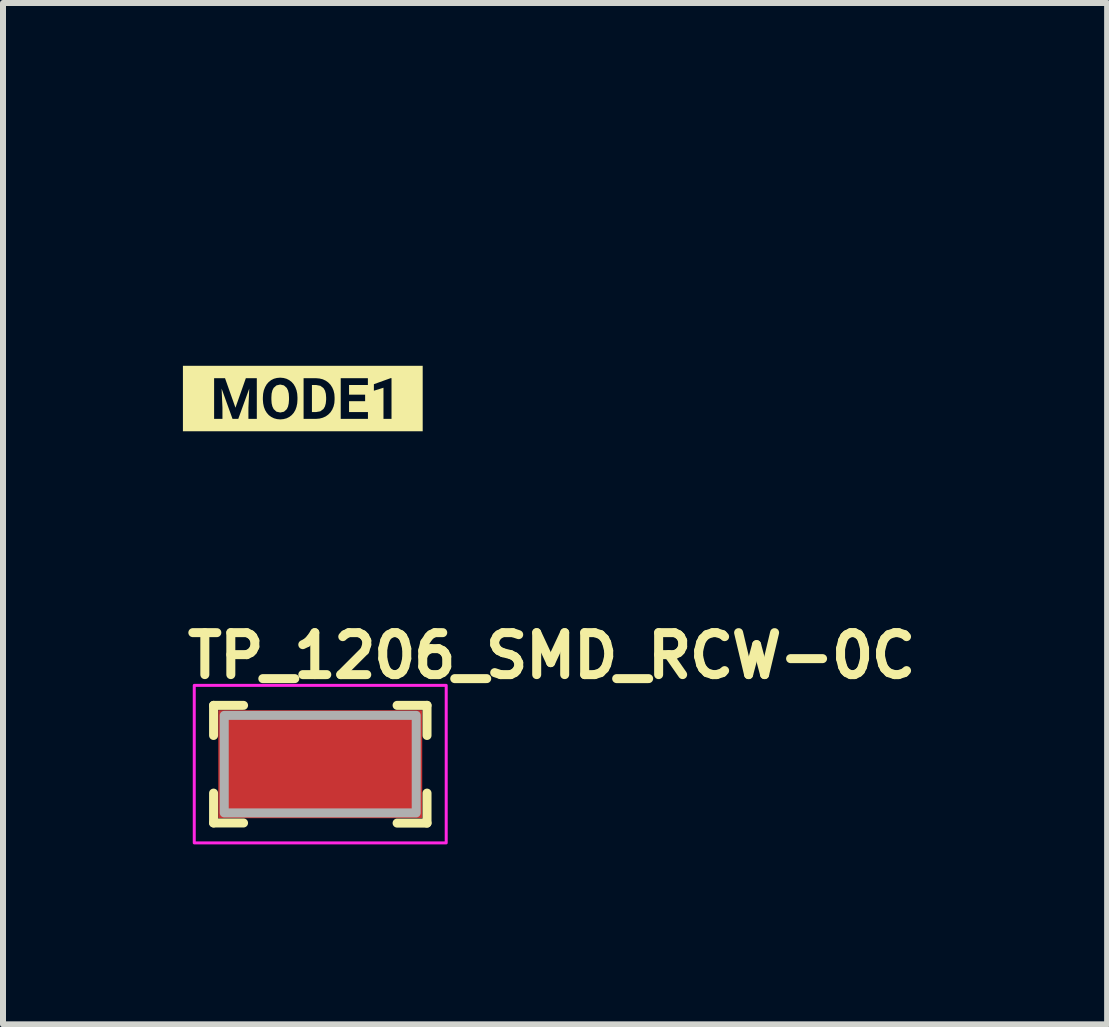
<source format=kicad_pcb>
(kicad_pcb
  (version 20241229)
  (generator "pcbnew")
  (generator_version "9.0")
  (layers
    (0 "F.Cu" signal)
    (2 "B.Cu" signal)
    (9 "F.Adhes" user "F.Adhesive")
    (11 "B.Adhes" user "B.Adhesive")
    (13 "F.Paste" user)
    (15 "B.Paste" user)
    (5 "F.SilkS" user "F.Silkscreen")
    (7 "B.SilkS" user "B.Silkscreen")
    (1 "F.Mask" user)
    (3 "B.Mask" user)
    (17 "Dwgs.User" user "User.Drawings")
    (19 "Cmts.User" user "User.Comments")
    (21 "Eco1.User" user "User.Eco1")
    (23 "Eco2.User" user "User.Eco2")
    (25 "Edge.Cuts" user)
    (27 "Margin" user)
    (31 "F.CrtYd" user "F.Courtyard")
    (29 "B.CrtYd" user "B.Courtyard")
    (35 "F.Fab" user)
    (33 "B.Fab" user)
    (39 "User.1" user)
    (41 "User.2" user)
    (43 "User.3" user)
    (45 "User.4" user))
  (footprint "kibuzzard-64060195"
    (layer "F.Cu")
    (at 1.999 3.595)
    (property "Reference" "kibuzzard-64060195" (at 0 -3.594 0) (layer "F.SilkS") (effects (font (size 0.001 0.001) (thickness 0.15))))
    (attr board_only exclude_from_pos_files exclude_from_bom)
    (fp_poly (pts (xy 0.152 -0.226) (xy 0.152 0.226) (xy 0.22 0.226) (xy 0.292 0.213) (xy 0.345 0.173) (xy 0.369 0.132) (xy 0.383 0.081) (xy 0.389 0.02) (xy 0.389 -0.016) (xy 0.384 -0.079) (xy 0.37 -0.131) (xy 0.346 -0.172) (xy 0.293 -0.212) (xy 0.221 -0.226) (xy 0.152 -0.226)) (stroke (width 0) (type solid)) (fill yes) (layer "F.SilkS"))
    (fp_poly (pts (xy -0.23 -0.015) (xy -0.234 -0.081) (xy -0.247 -0.135) (xy -0.268 -0.177) (xy -0.315 -0.219) (xy -0.377 -0.233) (xy -0.439 -0.219) (xy -0.486 -0.178) (xy -0.507 -0.136) (xy -0.52 -0.082) (xy -0.524 -0.018) (xy -0.524 0.015) (xy -0.52 0.079) (xy -0.507 0.133) (xy -0.486 0.176) (xy -0.44 0.219) (xy -0.376 0.233) (xy -0.314 0.22) (xy -0.268 0.178) (xy -0.247 0.136) (xy -0.235 0.082) (xy -0.23 0.018) (xy -0.23 -0.015)) (stroke (width 0) (type solid)) (fill yes) (layer "F.SilkS"))
    (fp_poly (pts (xy -1.801 -0.546) (xy -1.999 -0.546) (xy -1.999 0.546) (xy -1.801 0.546) (xy -0.767 0.546) (xy -0.767 0.339) (xy -0.907 0.339) (xy -0.907 0.153) (xy -0.893 -0.166) (xy -1.076 0.339) (xy -1.172 0.339) (xy -1.354 -0.166) (xy -1.34 0.153) (xy -1.34 0.339) (xy -1.479 0.339) (xy -1.479 -0.339) (xy -1.297 -0.339) (xy -1.123 0.153) (xy -0.95 -0.339) (xy -0.767 -0.339) (xy -0.767 0.339) (xy -0.767 0.546) (xy -0.376 0.546) (xy -0.376 0.348) (xy -0.43 0.343) (xy -0.48 0.33) (xy -0.526 0.307) (xy -0.567 0.277) (xy -0.601 0.238) (xy -0.629 0.192) (xy -0.649 0.139) (xy -0.661 0.082) (xy -0.666 0.019) (xy -0.666 -0.014) (xy -0.662 -0.078) (xy -0.65 -0.137) (xy -0.629 -0.19) (xy -0.602 -0.237) (xy -0.568 -0.276) (xy -0.528 -0.307) (xy -0.482 -0.33) (xy -0.432 -0.343) (xy -0.377 -0.348) (xy -0.323 -0.343) (xy -0.273 -0.33) (xy -0.227 -0.307) (xy -0.186 -0.276) (xy -0.152 -0.237) (xy -0.125 -0.19) (xy -0.105 -0.137) (xy -0.093 -0.079) (xy -0.089 -0.015) (xy -0.089 0.015) (xy -0.093 0.079) (xy -0.105 0.138) (xy -0.124 0.191) (xy -0.151 0.237) (xy -0.185 0.276) (xy -0.225 0.307) (xy -0.271 0.33) (xy -0.322 0.343) (xy -0.376 0.348) (xy -0.376 0.546) (xy 0.013 0.546) (xy 0.013 0.339) (xy 0.013 -0.339) (xy 0.221 -0.339) (xy 0.278 -0.334) (xy 0.332 -0.321) (xy 0.381 -0.298) (xy 0.424 -0.268) (xy 0.461 -0.23) (xy 0.491 -0.184) (xy 0.513 -0.132) (xy 0.526 -0.076) (xy 0.53 -0.015) (xy 0.53 0.016) (xy 0.526 0.076) (xy 0.513 0.132) (xy 0.491 0.184) (xy 0.462 0.229) (xy 0.425 0.267) (xy 0.382 0.298) (xy 0.333 0.32) (xy 0.28 0.334) (xy 0.222 0.339) (xy 0.013 0.339) (xy 0.013 0.546) (xy 1.086 0.546) (xy 1.086 0.339) (xy 0.632 0.339) (xy 0.632 -0.339) (xy 1.085 -0.339) (xy 1.085 -0.226) (xy 0.771 -0.226) (xy 0.771 -0.064) (xy 1.039 -0.064) (xy 1.039 0.045) (xy 0.771 0.045) (xy 0.771 0.226) (xy 1.086 0.226) (xy 1.086 0.339) (xy 1.086 0.546) (xy 1.479 0.546) (xy 1.479 0.339) (xy 1.345 0.339) (xy 1.345 -0.18) (xy 1.185 -0.13) (xy 1.185 -0.239) (xy 1.465 -0.34) (xy 1.479 -0.34) (xy 1.479 0.339) (xy 1.479 0.546) (xy 1.801 0.546) (xy 1.999 0.546) (xy 1.999 -0.546) (xy 1.801 -0.546) (xy -1.801 -0.546)) (stroke (width 0) (type solid)) (fill yes) (layer "F.SilkS")))
  (footprint "TP_1206_SMD_RCW-0C"
    (layer "F.Cu")
    (at 2.29 9.692)
    (property "Reference" "TP_1206_SMD_RCW-0C" (at -2.29 -1.4 0) (layer "F.SilkS") (effects (font (size 0.7 0.7) (thickness 0.15)) (justify left bottom)))
    (attr smd)
    (fp_line (start -1.779 -0.981) (end -1.779 -0.479) (stroke (width 0.15) (type solid)) (layer "F.SilkS"))
    (fp_line (start -1.779 -0.981) (end -1.279 -0.981) (stroke (width 0.15) (type solid)) (layer "F.SilkS"))
    (fp_line (start -1.779 0.482) (end -1.779 0.98) (stroke (width 0.15) (type solid)) (layer "F.SilkS"))
    (fp_line (start -1.779 0.98) (end -1.279 0.98) (stroke (width 0.15) (type solid)) (layer "F.SilkS"))
    (fp_line (start 1.78 -0.981) (end 1.281 -0.981) (stroke (width 0.15) (type solid)) (layer "F.SilkS"))
    (fp_line (start 1.78 -0.981) (end 1.78 -0.479) (stroke (width 0.15) (type solid)) (layer "F.SilkS"))
    (fp_line (start 1.78 0.982) (end 1.281 0.982) (stroke (width 0.15) (type solid)) (layer "F.SilkS"))
    (fp_line (start 1.78 0.982) (end 1.78 0.482) (stroke (width 0.15) (type solid)) (layer "F.SilkS"))
    (fp_rect (start -2.101 -1.314) (end 2.1 1.312) (stroke (width 0.05) (type solid)) (fill no) (layer "F.CrtYd"))
    (fp_rect (start -1.601 -0.814) (end 1.6 0.812) (stroke (width 0.15) (type solid)) (fill no) (layer "F.Fab"))
    (fp_rect (start -1.601 -0.814) (end 1.6 0.812) (stroke (width 0.1) (type solid)) (fill no) (layer "User.5"))
    (fp_line (start -1.601 -0.79) (end -1.601 -0.587) (stroke (width 0.02) (type solid)) (layer "User.9"))
    (fp_line (start -1.601 -0.79) (end -1.371 -0.79) (stroke (width 0.02) (type solid)) (layer "User.9"))
    (fp_line (start -1.601 -0.29) (end -1.601 -0.587) (stroke (width 0.02) (type solid)) (layer "User.9"))
    (fp_line (start -1.601 -0.29) (end -1.601 0.508) (stroke (width 0.02) (type solid)) (layer "User.9"))
    (fp_line (start -1.601 0.508) (end -1.301 0.76) (stroke (width 0.02) (type solid)) (layer "User.9"))
    (fp_line (start -1.601 0.61) (end -1.601 0.508) (stroke (width 0.02) (type solid)) (layer "User.9"))
    (fp_line (start -1.601 0.812) (end -1.601 0.61) (stroke (width 0.02) (type solid)) (layer "User.9"))
    (fp_line (start -1.601 0.812) (end -1.371 0.812) (stroke (width 0.02) (type solid)) (layer "User.9"))
    (fp_line (start -1.551 -0.587) (end -1.601 -0.587) (stroke (width 0.02) (type solid)) (layer "User.9"))
    (fp_line (start -1.551 0.61) (end -1.601 0.61) (stroke (width 0.02) (type solid)) (layer "User.9"))
    (fp_line (start -1.48 0.61) (end -1.551 0.61) (stroke (width 0.02) (type solid)) (layer "User.9"))
    (fp_line (start -1.371 -0.79) (end -1.371 -0.587) (stroke (width 0.02) (type solid)) (layer "User.9"))
    (fp_line (start -1.371 0.812) (end -1.371 0.703) (stroke (width 0.02) (type solid)) (layer "User.9"))
    (fp_line (start -1.301 -0.814) (end -1.301 -0.587) (stroke (width 0.02) (type solid)) (layer "User.9"))
    (fp_line (start -1.301 -0.814) (end 1.3 -0.814) (stroke (width 0.02) (type solid)) (layer "User.9"))
    (fp_line (start -1.301 -0.79) (end -1.371 -0.79) (stroke (width 0.02) (type solid)) (layer "User.9"))
    (fp_line (start -1.301 -0.587) (end -1.551 -0.587) (stroke (width 0.02) (type solid)) (layer "User.9"))
    (fp_line (start -1.301 -0.587) (end -1.301 -0.465) (stroke (width 0.02) (type solid)) (layer "User.9"))
    (fp_line (start -1.301 -0.465) (end -1.601 -0.29) (stroke (width 0.02) (type solid)) (layer "User.9"))
    (fp_line (start -1.301 0.76) (end -1.301 0.812) (stroke (width 0.02) (type solid)) (layer "User.9"))
    (fp_line (start -1.301 0.812) (end -1.371 0.812) (stroke (width 0.02) (type solid)) (layer "User.9"))
    (fp_line (start -1.301 0.812) (end -0.803 0.812) (stroke (width 0.02) (type solid)) (layer "User.9"))
    (fp_line (start -0.803 0.76) (end -0.352 0.76) (stroke (width 0.02) (type solid)) (layer "User.9"))
    (fp_line (start -0.803 0.812) (end -0.803 0.76) (stroke (width 0.02) (type solid)) (layer "User.9"))
    (fp_line (start -0.352 0.71) (end 0.349 0.71) (stroke (width 0.02) (type solid)) (layer "User.9"))
    (fp_line (start -0.352 0.76) (end -0.352 0.71) (stroke (width 0.02) (type solid)) (layer "User.9"))
    (fp_line (start 0.349 0.71) (end 0.349 0.76) (stroke (width 0.02) (type solid)) (layer "User.9"))
    (fp_line (start 0.349 0.76) (end 0.8 0.76) (stroke (width 0.02) (type solid)) (layer "User.9"))
    (fp_line (start 0.8 0.76) (end 0.8 0.812) (stroke (width 0.02) (type solid)) (layer "User.9"))
    (fp_line (start 0.8 0.812) (end -0.803 0.812) (stroke (width 0.02) (type solid)) (layer "User.9"))
    (fp_line (start 0.8 0.812) (end 1.3 0.812) (stroke (width 0.02) (type solid)) (layer "User.9"))
    (fp_line (start 1.3 -0.814) (end 1.3 -0.587) (stroke (width 0.02) (type solid)) (layer "User.9"))
    (fp_line (start 1.3 -0.465) (end 1.3 -0.587) (stroke (width 0.02) (type solid)) (layer "User.9"))
    (fp_line (start 1.3 0.76) (end 1.6 0.508) (stroke (width 0.02) (type solid)) (layer "User.9"))
    (fp_line (start 1.3 0.812) (end 1.3 0.76) (stroke (width 0.02) (type solid)) (layer "User.9"))
    (fp_line (start 1.37 -0.79) (end 1.3 -0.79) (stroke (width 0.02) (type solid)) (layer "User.9"))
    (fp_line (start 1.37 -0.79) (end 1.37 -0.587) (stroke (width 0.02) (type solid)) (layer "User.9"))
    (fp_line (start 1.37 -0.79) (end 1.6 -0.79) (stroke (width 0.02) (type solid)) (layer "User.9"))
    (fp_line (start 1.37 0.812) (end 1.3 0.812) (stroke (width 0.02) (type solid)) (layer "User.9"))
    (fp_line (start 1.37 0.812) (end 1.37 0.703) (stroke (width 0.02) (type solid)) (layer "User.9"))
    (fp_line (start 1.37 0.812) (end 1.6 0.812) (stroke (width 0.02) (type solid)) (layer "User.9"))
    (fp_line (start 1.55 -0.587) (end 1.3 -0.587) (stroke (width 0.02) (type solid)) (layer "User.9"))
    (fp_line (start 1.55 0.61) (end 1.477 0.61) (stroke (width 0.02) (type solid)) (layer "User.9"))
    (fp_line (start 1.6 -0.79) (end 1.6 -0.587) (stroke (width 0.02) (type solid)) (layer "User.9"))
    (fp_line (start 1.6 -0.587) (end 1.55 -0.587) (stroke (width 0.02) (type solid)) (layer "User.9"))
    (fp_line (start 1.6 -0.29) (end 1.3 -0.465) (stroke (width 0.02) (type solid)) (layer "User.9"))
    (fp_line (start 1.6 -0.29) (end 1.6 -0.587) (stroke (width 0.02) (type solid)) (layer "User.9"))
    (fp_line (start 1.6 0.508) (end 1.6 -0.29) (stroke (width 0.02) (type solid)) (layer "User.9"))
    (fp_line (start 1.6 0.61) (end 1.55 0.61) (stroke (width 0.02) (type solid)) (layer "User.9"))
    (fp_line (start 1.6 0.61) (end 1.6 0.508) (stroke (width 0.02) (type solid)) (layer "User.9"))
    (fp_line (start 1.6 0.812) (end 1.6 0.61) (stroke (width 0.02) (type solid)) (layer "User.9"))
    (pad "1" smd rect (at 0 0) (size 3.4 1.8) (layers "F.Cu" "F.Mask" "F.Paste")))
  (gr_rect
    (start -3 -3)
    (end 15.41 14.029)
    (stroke (width 0.1) (type default))
    (fill no)
    (layer "Edge.Cuts")))
</source>
